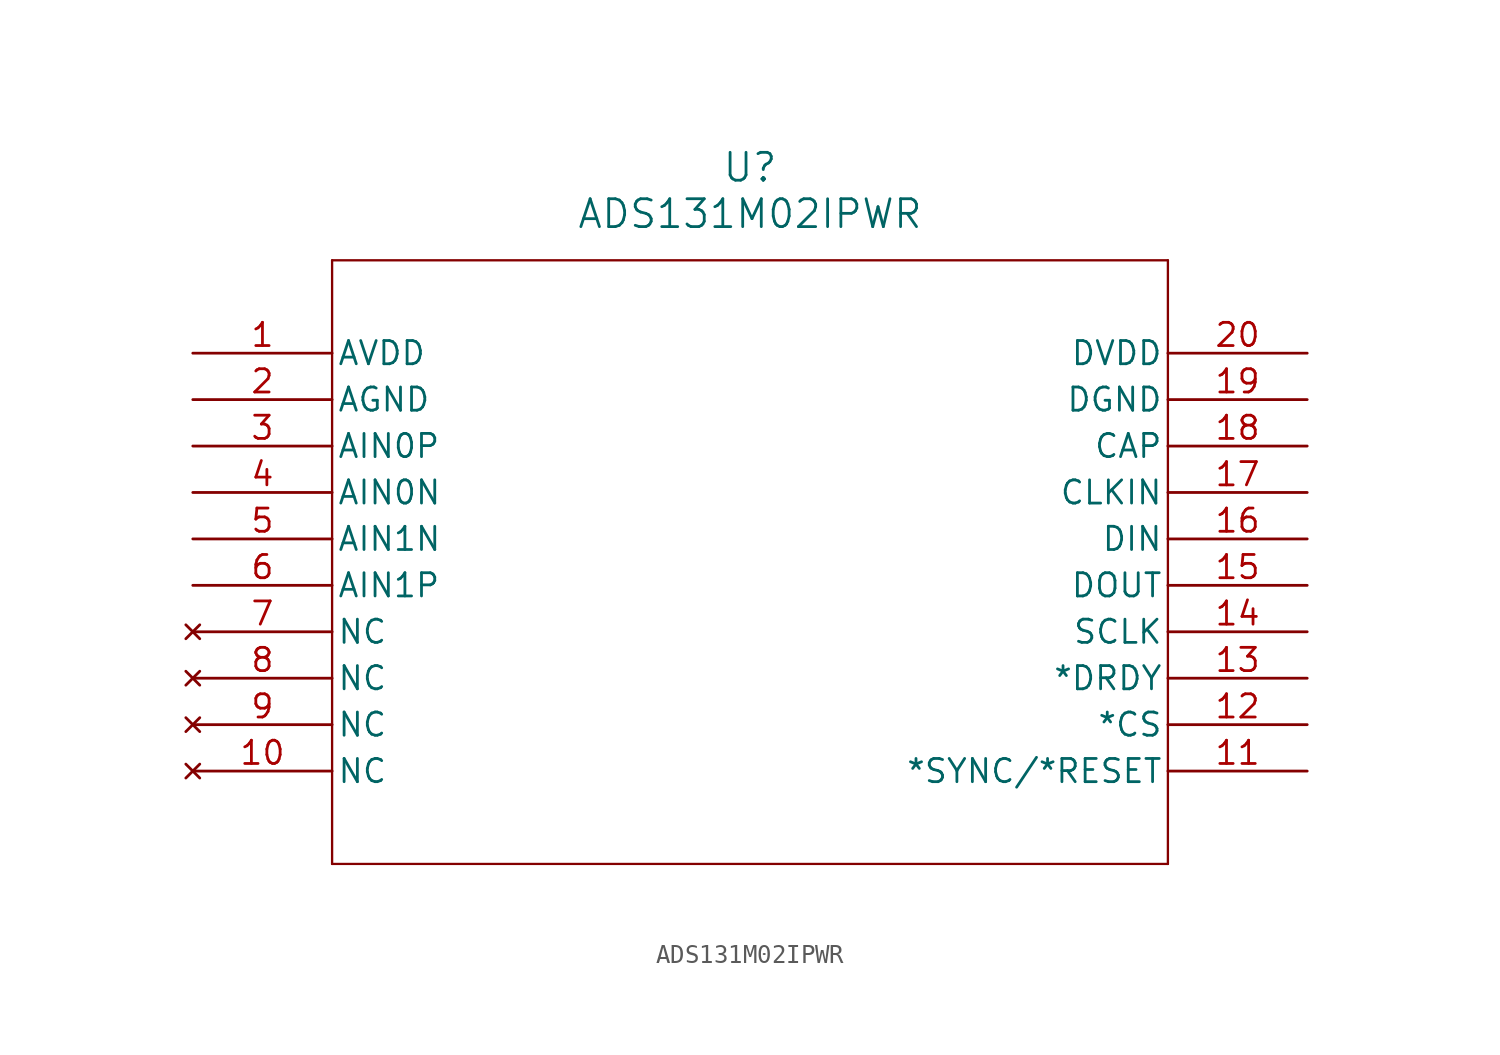
<source format=kicad_sym>
(kicad_symbol_lib
  (version 20211014)
  (generator kicad_symbol_editor)
  (symbol "ADS131M02IPWR"
    (pin_names
      (offset 0.254))
    (property "Reference" "U"
      (at 30.48 10.16 0)
      (effects (font (size 1.524 1.524))))
    (property "Value" "ADS131M02IPWR"
      (at 30.48 7.62 0)
      (effects (font (size 1.524 1.524))))
    (symbol "ADS131M02IPWR_0_1"
      (polyline (pts (xy 7.62 5.08) (xy 7.62 -27.94)) (stroke (width 0.127) (type default) (color 0 0 0 0)) (fill (type none)))
      (polyline (pts (xy 7.62 -27.94) (xy 53.34 -27.94)) (stroke (width 0.127) (type default) (color 0 0 0 0)) (fill (type none)))
      (polyline (pts (xy 53.34 -27.94) (xy 53.34 5.08)) (stroke (width 0.127) (type default) (color 0 0 0 0)) (fill (type none)))
      (polyline (pts (xy 53.34 5.08) (xy 7.62 5.08)) (stroke (width 0.127) (type default) (color 0 0 0 0)) (fill (type none)))
      (pin power_in line (at 0 0 0) (length 7.62) (name "AVDD" (effects (font (size 1.27 1.27)))) (number "1" (effects (font (size 1.27 1.27)))))
      (pin power_out line (at 0 -2.54 0) (length 7.62) (name "AGND" (effects (font (size 1.27 1.27)))) (number "2" (effects (font (size 1.27 1.27)))))
      (pin unspecified line (at 0 -5.08 0) (length 7.62) (name "AIN0P" (effects (font (size 1.27 1.27)))) (number "3" (effects (font (size 1.27 1.27)))))
      (pin unspecified line (at 0 -7.62 0) (length 7.62) (name "AIN0N" (effects (font (size 1.27 1.27)))) (number "4" (effects (font (size 1.27 1.27)))))
      (pin unspecified line (at 0 -10.16 0) (length 7.62) (name "AIN1N" (effects (font (size 1.27 1.27)))) (number "5" (effects (font (size 1.27 1.27)))))
      (pin unspecified line (at 0 -12.7 0) (length 7.62) (name "AIN1P" (effects (font (size 1.27 1.27)))) (number "6" (effects (font (size 1.27 1.27)))))
      (pin no_connect line (at 0 -15.24 0) (length 7.62) (name "NC" (effects (font (size 1.27 1.27)))) (number "7" (effects (font (size 1.27 1.27)))))
      (pin no_connect line (at 0 -17.78 0) (length 7.62) (name "NC" (effects (font (size 1.27 1.27)))) (number "8" (effects (font (size 1.27 1.27)))))
      (pin no_connect line (at 0 -20.32 0) (length 7.62) (name "NC" (effects (font (size 1.27 1.27)))) (number "9" (effects (font (size 1.27 1.27)))))
      (pin no_connect line (at 0 -22.86 0) (length 7.62) (name "NC" (effects (font (size 1.27 1.27)))) (number "10" (effects (font (size 1.27 1.27)))))
      (pin input line (at 60.96 -22.86 180) (length 7.62) (name "*SYNC/*RESET" (effects (font (size 1.27 1.27)))) (number "11" (effects (font (size 1.27 1.27)))))
      (pin input line (at 60.96 -20.32 180) (length 7.62) (name "*CS" (effects (font (size 1.27 1.27)))) (number "12" (effects (font (size 1.27 1.27)))))
      (pin output line (at 60.96 -17.78 180) (length 7.62) (name "*DRDY" (effects (font (size 1.27 1.27)))) (number "13" (effects (font (size 1.27 1.27)))))
      (pin input line (at 60.96 -15.24 180) (length 7.62) (name "SCLK" (effects (font (size 1.27 1.27)))) (number "14" (effects (font (size 1.27 1.27)))))
      (pin output line (at 60.96 -12.7 180) (length 7.62) (name "DOUT" (effects (font (size 1.27 1.27)))) (number "15" (effects (font (size 1.27 1.27)))))
      (pin input line (at 60.96 -10.16 180) (length 7.62) (name "DIN" (effects (font (size 1.27 1.27)))) (number "16" (effects (font (size 1.27 1.27)))))
      (pin input line (at 60.96 -7.62 180) (length 7.62) (name "CLKIN" (effects (font (size 1.27 1.27)))) (number "17" (effects (font (size 1.27 1.27)))))
      (pin unspecified line (at 60.96 -5.08 180) (length 7.62) (name "CAP" (effects (font (size 1.27 1.27)))) (number "18" (effects (font (size 1.27 1.27)))))
      (pin power_out line (at 60.96 -2.54 180) (length 7.62) (name "DGND" (effects (font (size 1.27 1.27)))) (number "19" (effects (font (size 1.27 1.27)))))
      (pin power_in line (at 60.96 0 180) (length 7.62) (name "DVDD" (effects (font (size 1.27 1.27)))) (number "20" (effects (font (size 1.27 1.27))))))))
</source>
